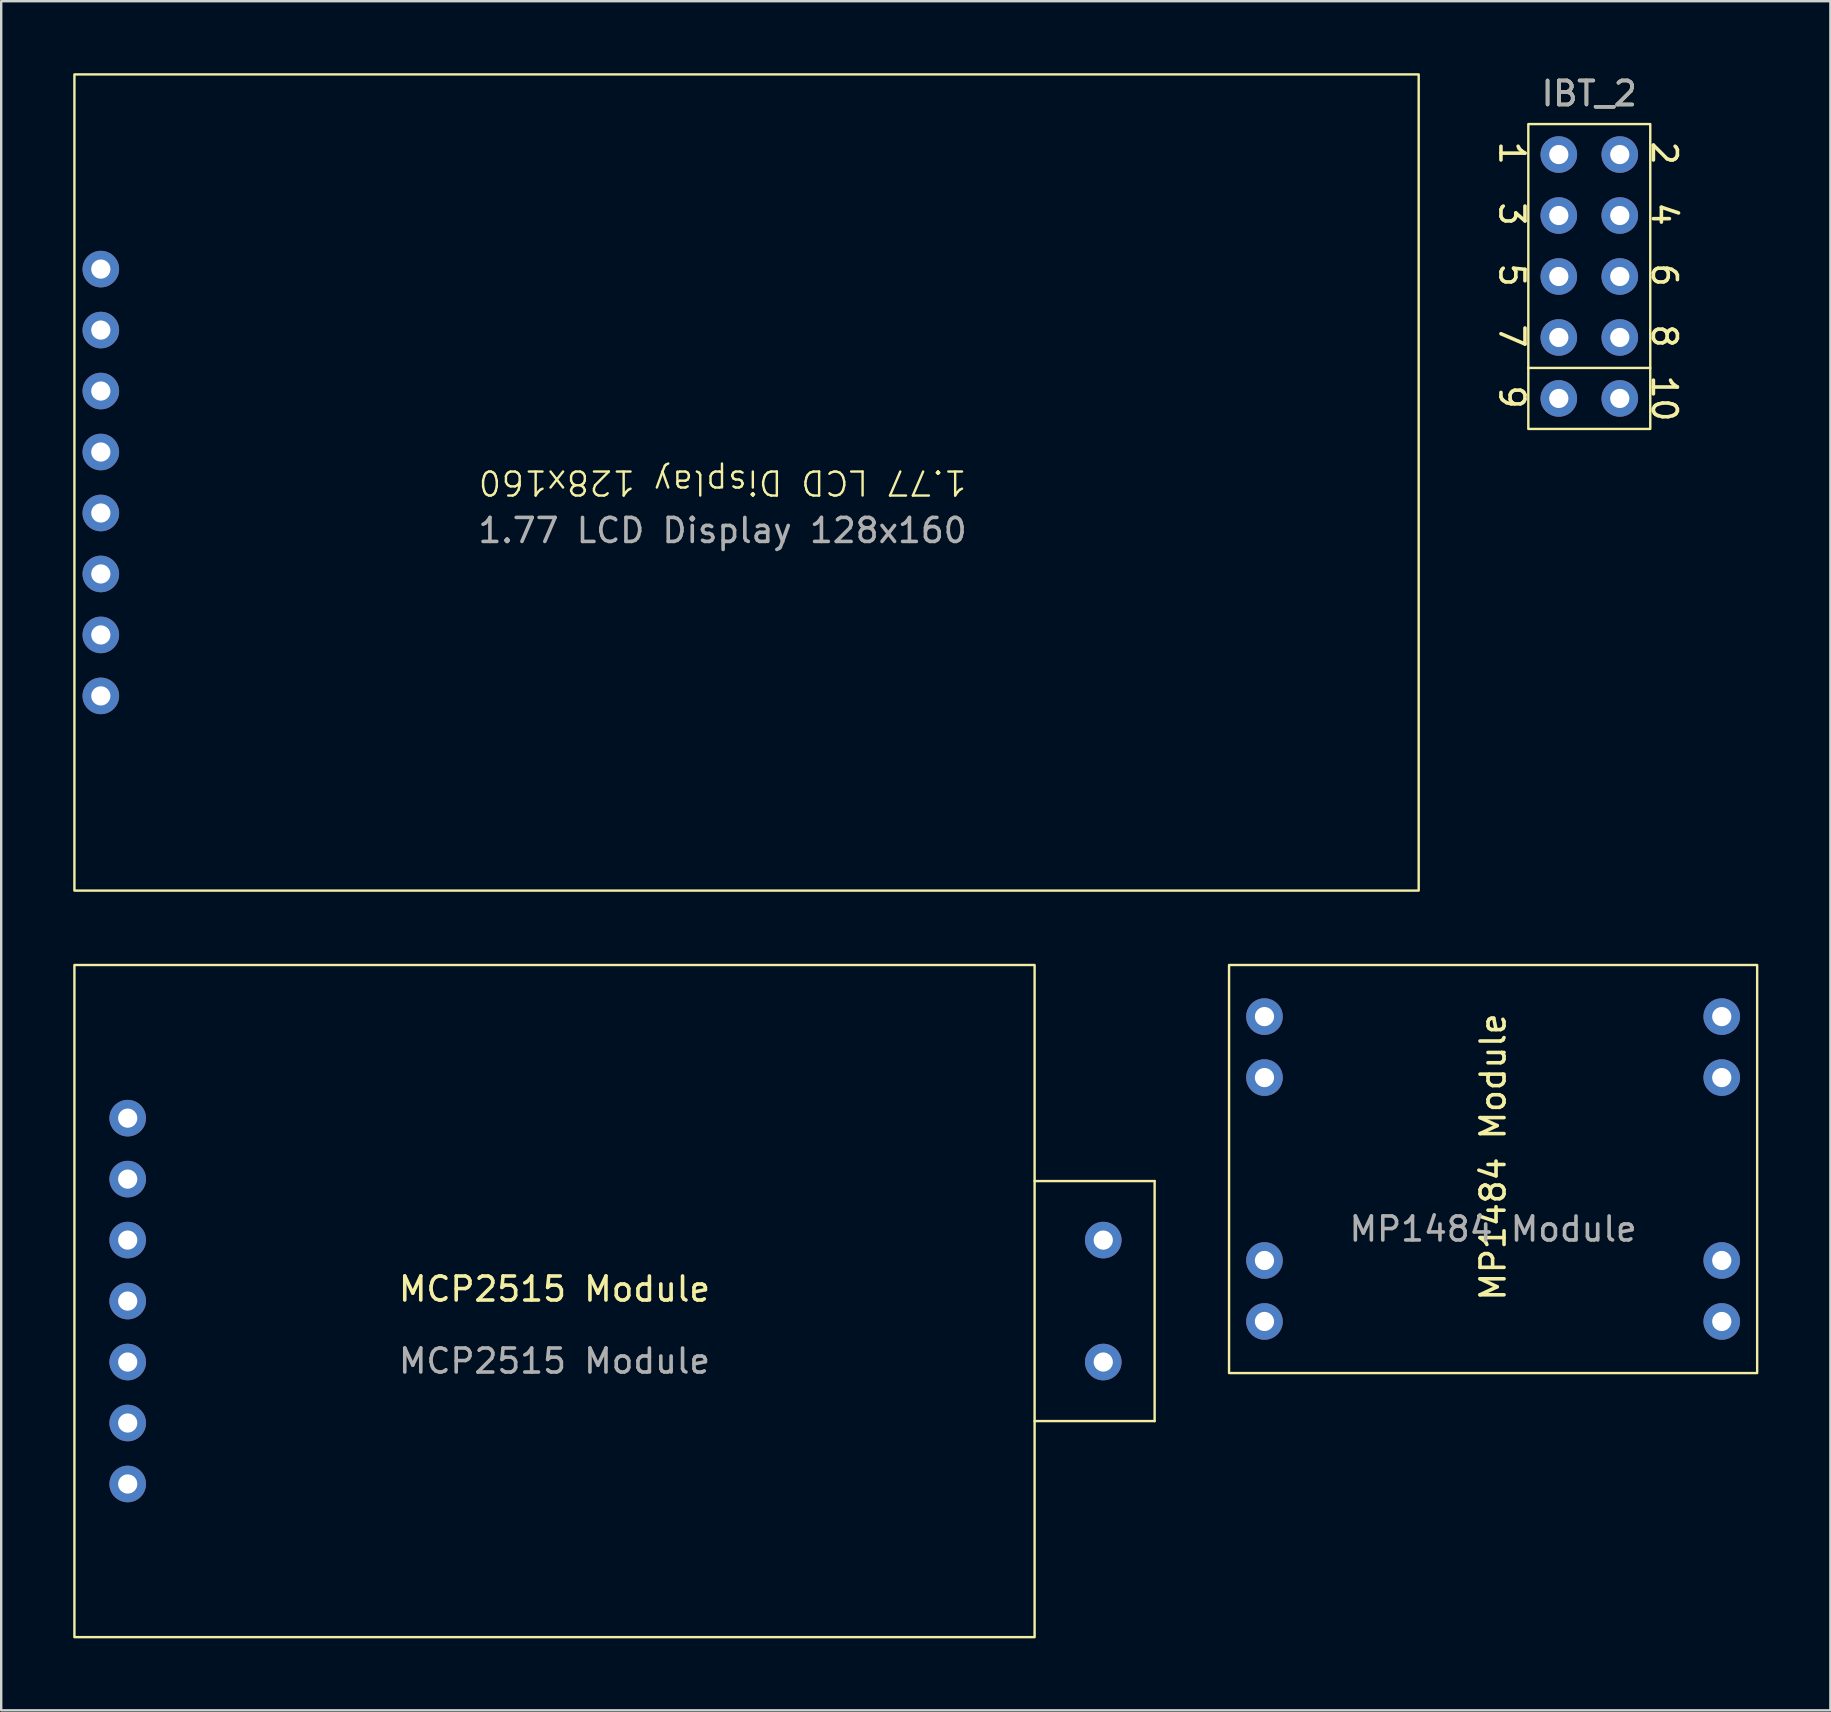
<source format=kicad_pcb>
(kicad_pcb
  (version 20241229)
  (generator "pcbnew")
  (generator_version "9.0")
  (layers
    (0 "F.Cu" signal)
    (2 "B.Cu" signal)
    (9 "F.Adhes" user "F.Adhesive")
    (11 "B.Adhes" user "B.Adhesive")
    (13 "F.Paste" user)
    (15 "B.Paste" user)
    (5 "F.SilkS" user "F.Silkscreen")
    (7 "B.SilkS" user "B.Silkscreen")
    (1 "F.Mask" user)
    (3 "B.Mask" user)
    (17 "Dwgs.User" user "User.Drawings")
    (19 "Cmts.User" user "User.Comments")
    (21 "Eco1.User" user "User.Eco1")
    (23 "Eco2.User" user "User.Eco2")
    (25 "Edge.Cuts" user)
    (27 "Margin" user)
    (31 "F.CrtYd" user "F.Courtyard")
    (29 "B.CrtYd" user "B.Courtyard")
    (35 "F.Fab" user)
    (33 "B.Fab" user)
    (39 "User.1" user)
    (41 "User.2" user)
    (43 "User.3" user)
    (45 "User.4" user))
  (footprint "MP1484 Module"
    (layer "F.Cu")
    (at 59.15 45.65)
    (property "Reference" "MP1484 Module" (at 0 -0.5 90) (unlocked yes) (layer "F.SilkS") (effects (font (size 1 1) (thickness 0.15))))
    (attr through_hole)
    (fp_rect (start -11 -8.5) (end 11 8.5) (stroke (width 0.1) (type default)) (fill no) (layer "F.SilkS"))
    (fp_text user "${REFERENCE}" (at 0 2.5 0) (unlocked yes) (layer "F.Fab") (effects (font (size 1 1) (thickness 0.15))))
    (pad "1" thru_hole circle (at -9.525 -6.35) (size 1.524 1.524) (drill 0.8) (layers "*.Cu" "*.Mask"))
    (pad "2" thru_hole circle (at -9.525 -3.81) (size 1.524 1.524) (drill 0.8) (layers "*.Cu" "*.Mask"))
    (pad "3" thru_hole circle (at -9.525 3.81) (size 1.524 1.524) (drill 0.8) (layers "*.Cu" "*.Mask"))
    (pad "4" thru_hole circle (at -9.525 6.35) (size 1.524 1.524) (drill 0.8) (layers "*.Cu" "*.Mask"))
    (pad "5" thru_hole circle (at 9.525 -6.35) (size 1.524 1.524) (drill 0.8) (layers "*.Cu" "*.Mask"))
    (pad "6" thru_hole circle (at 9.525 -3.81) (size 1.524 1.524) (drill 0.8) (layers "*.Cu" "*.Mask"))
    (pad "7" thru_hole circle (at 9.525 3.81) (size 1.524 1.524) (drill 0.8) (layers "*.Cu" "*.Mask"))
    (pad "8" thru_hole circle (at 9.525 6.35) (size 1.524 1.524) (drill 0.8) (layers "*.Cu" "*.Mask")))
  (footprint "IBT_2"
    (layer "F.Cu")
    (at 63.157 8.468)
    (property "Reference" "IBT_2" (at 0 -7.62 0) (unlocked yes) (layer "F.SilkS") (effects (font (size 1 1) (thickness 0.15))))
    (attr through_hole)
    (fp_line (start -2.54 3.81) (end 2.54 3.81) (stroke (width 0.1) (type default)) (layer "F.SilkS"))
    (fp_rect (start -2.54 -6.35) (end 2.54 6.35) (stroke (width 0.1) (type default)) (fill no) (layer "F.SilkS"))
    (fp_text user "6" (at 2.54 -0.635 270) (unlocked yes) (layer "F.SilkS") (effects (font (size 1 1) (thickness 0.15)) (justify left bottom)))
    (fp_text user "5" (at -3.81 -0.635 270) (unlocked yes) (layer "F.SilkS") (effects (font (size 1 1) (thickness 0.15)) (justify left bottom)))
    (fp_text user "3" (at -3.81 -3.175 270) (unlocked yes) (layer "F.SilkS") (effects (font (size 1 1) (thickness 0.15)) (justify left bottom)))
    (fp_text user "2" (at 2.54 -5.715 270) (unlocked yes) (layer "F.SilkS") (effects (font (size 1 1) (thickness 0.15)) (justify left bottom)))
    (fp_text user "1" (at -3.81 -5.715 270) (unlocked yes) (layer "F.SilkS") (effects (font (size 1 1) (thickness 0.15)) (justify left bottom)))
    (fp_text user "9" (at -3.81 4.445 270) (unlocked yes) (layer "F.SilkS") (effects (font (size 1 1) (thickness 0.15)) (justify left bottom)))
    (fp_text user "8" (at 2.54 1.905 270) (unlocked yes) (layer "F.SilkS") (effects (font (size 1 1) (thickness 0.15)) (justify left bottom)))
    (fp_text user "4" (at 2.54 -3.175 270) (unlocked yes) (layer "F.SilkS") (effects (font (size 1 1) (thickness 0.15)) (justify left bottom)))
    (fp_text user "10" (at 2.54 5.08 270) (unlocked yes) (layer "F.SilkS") (effects (font (size 1 1) (thickness 0.15)) (justify bottom)))
    (fp_text user "7" (at -3.81 1.905 270) (unlocked yes) (layer "F.SilkS") (effects (font (size 1 1) (thickness 0.15)) (justify left bottom)))
    (fp_text user "${REFERENCE}" (at 0 -7.62 0) (unlocked yes) (layer "F.Fab") (effects (font (size 1 1) (thickness 0.15))))
    (pad "1" thru_hole circle (at -1.27 -5.08) (size 1.524 1.524) (drill 0.8) (layers "*.Cu" "*.Mask"))
    (pad "2" thru_hole circle (at 1.27 -5.08) (size 1.524 1.524) (drill 0.8) (layers "*.Cu" "*.Mask"))
    (pad "3" thru_hole circle (at -1.27 -2.54) (size 1.524 1.524) (drill 0.8) (layers "*.Cu" "*.Mask"))
    (pad "4" thru_hole circle (at 1.27 -2.54) (size 1.524 1.524) (drill 0.8) (layers "*.Cu" "*.Mask"))
    (pad "5" thru_hole circle (at -1.27 0) (size 1.524 1.524) (drill 0.8) (layers "*.Cu" "*.Mask"))
    (pad "6" thru_hole circle (at 1.27 0) (size 1.524 1.524) (drill 0.8) (layers "*.Cu" "*.Mask"))
    (pad "7" thru_hole circle (at -1.27 2.54) (size 1.524 1.524) (drill 0.8) (layers "*.Cu" "*.Mask"))
    (pad "8" thru_hole circle (at 1.27 2.54) (size 1.524 1.524) (drill 0.8) (layers "*.Cu" "*.Mask"))
    (pad "9" thru_hole circle (at -1.27 5.08) (size 1.524 1.524) (drill 0.8) (layers "*.Cu" "*.Mask"))
    (pad "10" thru_hole circle (at 1.27 5.08) (size 1.524 1.524) (drill 0.8) (layers "*.Cu" "*.Mask")))
  (footprint "MCP2515 Module"
    (layer "F.Cu")
    (at 20.05 51.15)
    (property "Reference" "MCP2515 Module" (at 0 -0.5 0) (unlocked yes) (layer "F.SilkS") (effects (font (size 1 1) (thickness 0.15))))
    (attr through_hole)
    (fp_line (start 20 -5) (end 25 -5) (stroke (width 0.1) (type default)) (layer "F.SilkS"))
    (fp_line (start 25 -5) (end 25 5) (stroke (width 0.1) (type default)) (layer "F.SilkS"))
    (fp_line (start 25 5) (end 20 5) (stroke (width 0.1) (type default)) (layer "F.SilkS"))
    (fp_rect (start -20 -14) (end 20 14) (stroke (width 0.1) (type default)) (fill no) (layer "F.SilkS"))
    (fp_text user "${REFERENCE}" (at 0 2.5 0) (unlocked yes) (layer "F.Fab") (effects (font (size 1 1) (thickness 0.15))))
    (pad "1" thru_hole circle (at -17.78 -7.62) (size 1.524 1.524) (drill 0.8) (layers "*.Cu" "*.Mask"))
    (pad "2" thru_hole circle (at -17.78 -5.08) (size 1.524 1.524) (drill 0.8) (layers "*.Cu" "*.Mask"))
    (pad "3" thru_hole circle (at -17.78 -2.54) (size 1.524 1.524) (drill 0.8) (layers "*.Cu" "*.Mask"))
    (pad "4" thru_hole circle (at -17.78 0) (size 1.524 1.524) (drill 0.8) (layers "*.Cu" "*.Mask"))
    (pad "5" thru_hole circle (at -17.78 2.54) (size 1.524 1.524) (drill 0.8) (layers "*.Cu" "*.Mask"))
    (pad "6" thru_hole circle (at -17.78 5.08) (size 1.524 1.524) (drill 0.8) (layers "*.Cu" "*.Mask"))
    (pad "7" thru_hole circle (at -17.78 7.62) (size 1.524 1.524) (drill 0.8) (layers "*.Cu" "*.Mask"))
    (pad "8" thru_hole circle (at 22.86 -2.54) (size 1.524 1.524) (drill 0.8) (layers "*.Cu" "*.Mask"))
    (pad "9" thru_hole circle (at 22.86 2.54) (size 1.524 1.524) (drill 0.8) (layers "*.Cu" "*.Mask")))
  (footprint "1.77 LCD Display 128x160"
    (layer "F.Cu")
    (at 28.05 17.05)
    (property "Reference" "1.77 LCD Display 128x160" (at -1 0 180) (unlocked yes) (layer "F.SilkS") (effects (font (size 1 1) (thickness 0.1))))
    (attr through_hole)
    (fp_rect (start -28 -17) (end 28 17) (stroke (width 0.1) (type default)) (fill no) (layer "F.SilkS"))
    (fp_text user "${REFERENCE}" (at -1 2 0) (unlocked yes) (layer "F.Fab") (effects (font (size 1 1) (thickness 0.15))))
    (pad "1" thru_hole circle (at -26.9 8.89 180) (size 1.524 1.524) (drill 0.8) (layers "*.Cu" "*.Mask"))
    (pad "2" thru_hole circle (at -26.9 6.35 180) (size 1.524 1.524) (drill 0.8) (layers "*.Cu" "*.Mask"))
    (pad "3" thru_hole circle (at -26.9 3.81 180) (size 1.524 1.524) (drill 0.8) (layers "*.Cu" "*.Mask"))
    (pad "4" thru_hole circle (at -26.9 1.27 180) (size 1.524 1.524) (drill 0.8) (layers "*.Cu" "*.Mask"))
    (pad "5" thru_hole circle (at -26.9 -1.27 180) (size 1.524 1.524) (drill 0.8) (layers "*.Cu" "*.Mask"))
    (pad "6" thru_hole circle (at -26.9 -3.81 180) (size 1.524 1.524) (drill 0.8) (layers "*.Cu" "*.Mask"))
    (pad "7" thru_hole circle (at -26.9 -6.35 180) (size 1.524 1.524) (drill 0.8) (layers "*.Cu" "*.Mask"))
    (pad "8" thru_hole circle (at -26.9 -8.89 180) (size 1.524 1.524) (drill 0.8) (layers "*.Cu" "*.Mask")))
  (gr_rect
    (start -3 -3)
    (end 73.2 68.2)
    (stroke (width 0.1) (type default))
    (fill no)
    (layer "Edge.Cuts")))
</source>
